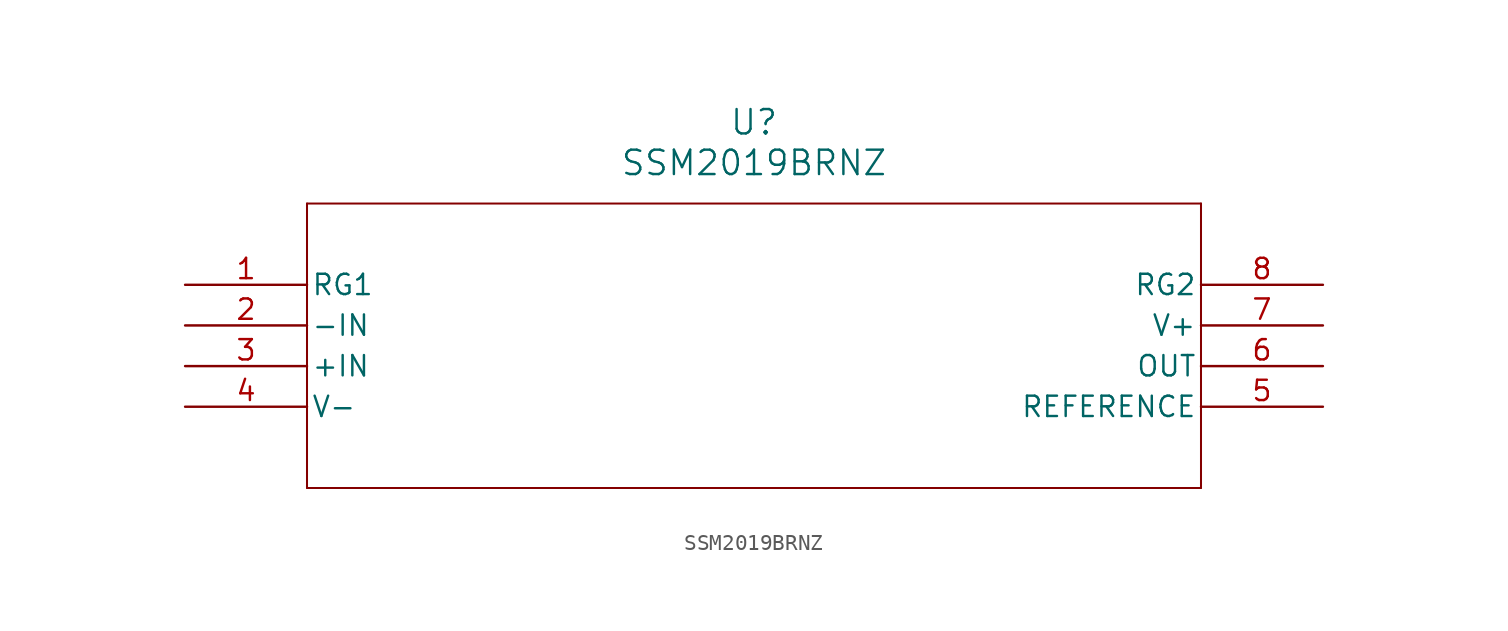
<source format=kicad_sym>
(kicad_symbol_lib
  (version 20211014)
  (generator kicad_symbol_editor)
  (symbol "SSM2019BRNZ"
    (pin_names
      (offset 0.254))
    (property "Reference" "U"
      (at 35.56 10.16 0)
      (effects (font (size 1.524 1.524))))
    (property "Value" "SSM2019BRNZ"
      (at 35.56 7.62 0)
      (effects (font (size 1.524 1.524))))
    (symbol "SSM2019BRNZ_0_1"
      (polyline (pts (xy 7.62 5.08) (xy 7.62 -12.7)) (stroke (width 0.127) (type default) (color 0 0 0 0)) (fill (type none)))
      (polyline (pts (xy 7.62 -12.7) (xy 63.5 -12.7)) (stroke (width 0.127) (type default) (color 0 0 0 0)) (fill (type none)))
      (polyline (pts (xy 63.5 -12.7) (xy 63.5 5.08)) (stroke (width 0.127) (type default) (color 0 0 0 0)) (fill (type none)))
      (polyline (pts (xy 63.5 5.08) (xy 7.62 5.08)) (stroke (width 0.127) (type default) (color 0 0 0 0)) (fill (type none)))
      (pin unspecified line (at 0 0 0) (length 7.62) (name "RG1" (effects (font (size 1.27 1.27)))) (number "1" (effects (font (size 1.27 1.27)))))
      (pin unspecified line (at 0 -2.54 0) (length 7.62) (name "-IN" (effects (font (size 1.27 1.27)))) (number "2" (effects (font (size 1.27 1.27)))))
      (pin unspecified line (at 0 -5.08 0) (length 7.62) (name "+IN" (effects (font (size 1.27 1.27)))) (number "3" (effects (font (size 1.27 1.27)))))
      (pin power_in line (at 0 -7.62 0) (length 7.62) (name "V-" (effects (font (size 1.27 1.27)))) (number "4" (effects (font (size 1.27 1.27)))))
      (pin unspecified line (at 71.12 -7.62 180) (length 7.62) (name "REFERENCE" (effects (font (size 1.27 1.27)))) (number "5" (effects (font (size 1.27 1.27)))))
      (pin unspecified line (at 71.12 -5.08 180) (length 7.62) (name "OUT" (effects (font (size 1.27 1.27)))) (number "6" (effects (font (size 1.27 1.27)))))
      (pin power_in line (at 71.12 -2.54 180) (length 7.62) (name "V+" (effects (font (size 1.27 1.27)))) (number "7" (effects (font (size 1.27 1.27)))))
      (pin unspecified line (at 71.12 0 180) (length 7.62) (name "RG2" (effects (font (size 1.27 1.27)))) (number "8" (effects (font (size 1.27 1.27))))))))
</source>
